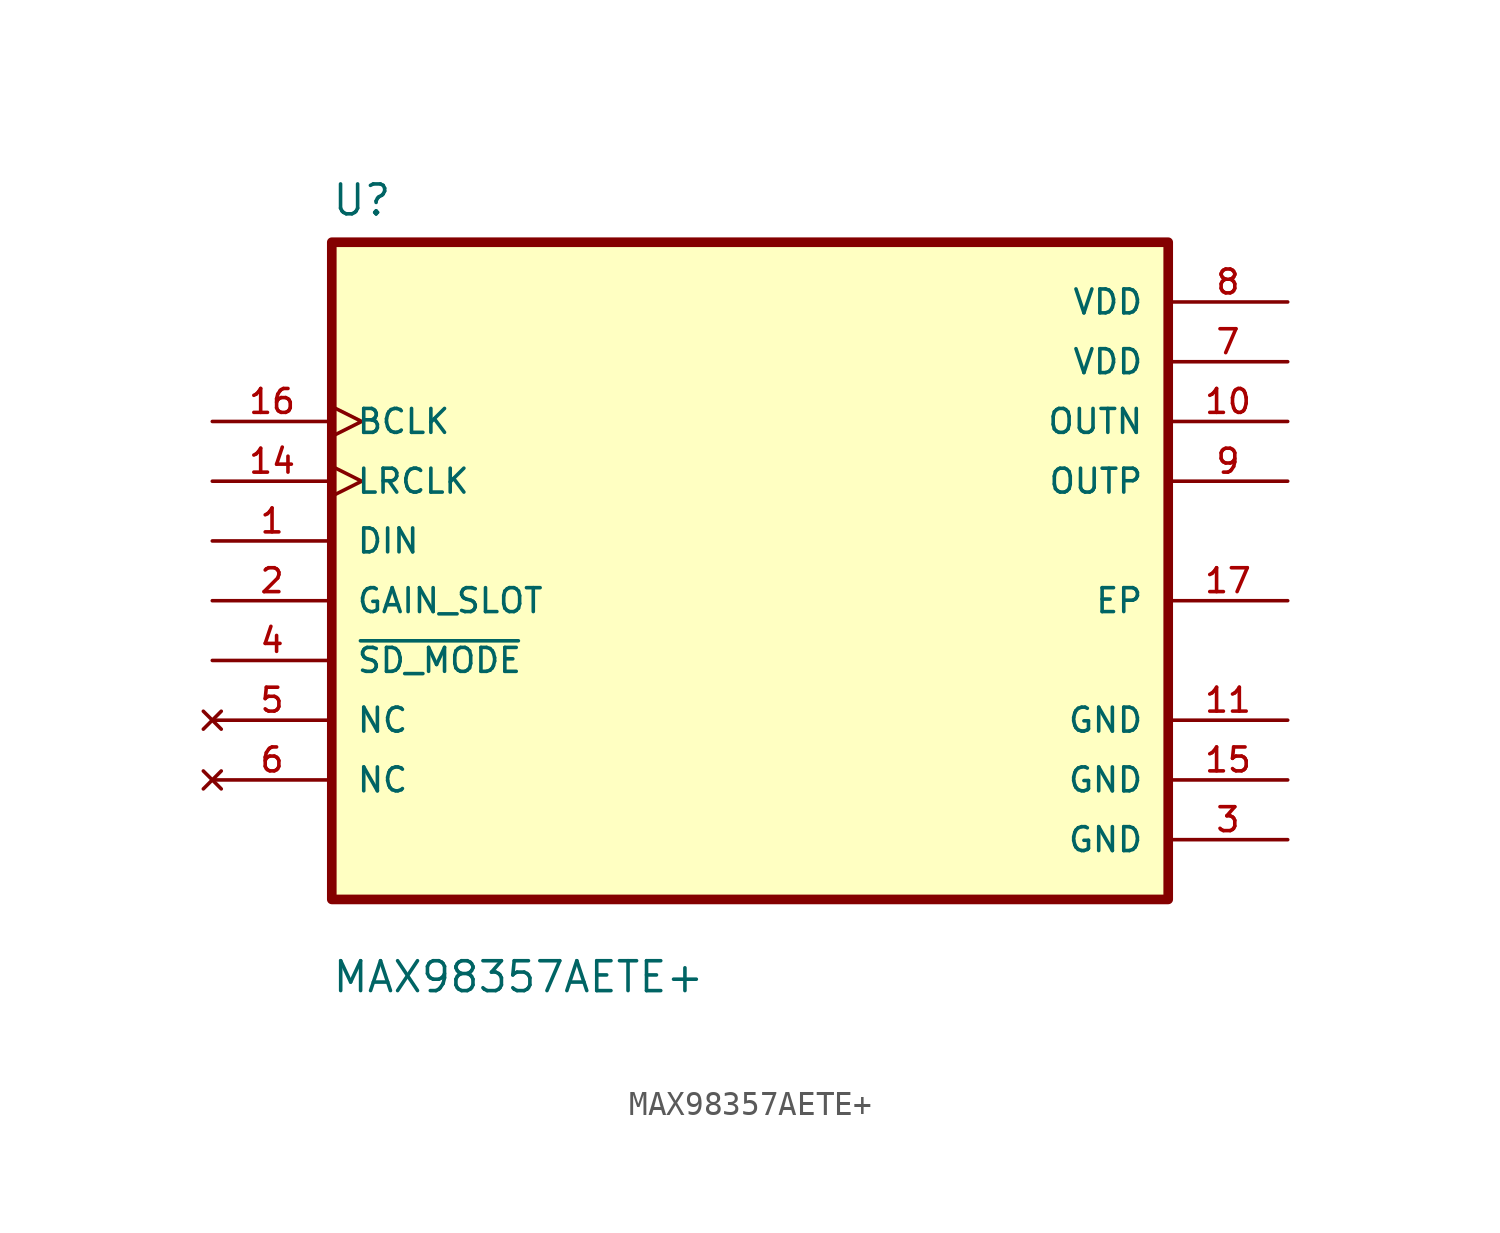
<source format=kicad_sym>
(kicad_symbol_lib
  (version 20220914)
  (generator kicad_symbol_editor)
  (symbol "MAX98357AETE+"
    (pin_names
      (offset 1.016))
    (property "Reference" "U"
      (at -17.81 13.745 0)
      (effects (font (size 1.27 1.27)) (justify left bottom)))
    (property "Value" "MAX98357AETE+"
      (at -17.804 -19.279 0)
      (effects (font (size 1.27 1.27)) (justify left bottom)))
    (symbol "MAX98357AETE+_0_0"
      (rectangle (start -17.78 12.7) (end 17.78 -15.24) (stroke (width 0.41) (type default)) (fill (type background)))
      (pin input line (at -22.86 0 0) (length 5.08) (name "DIN" (effects (font (size 1.016 1.016)))) (number "1" (effects (font (size 1.016 1.016)))))
      (pin output line (at 22.86 5.08 180) (length 5.08) (name "OUTN" (effects (font (size 1.016 1.016)))) (number "10" (effects (font (size 1.016 1.016)))))
      (pin power_in line (at 22.86 -7.62 180) (length 5.08) (name "GND" (effects (font (size 1.016 1.016)))) (number "11" (effects (font (size 1.016 1.016)))))
      (pin input clock (at -22.86 2.54 0) (length 5.08) (name "LRCLK" (effects (font (size 1.016 1.016)))) (number "14" (effects (font (size 1.016 1.016)))))
      (pin power_in line (at 22.86 -10.16 180) (length 5.08) (name "GND" (effects (font (size 1.016 1.016)))) (number "15" (effects (font (size 1.016 1.016)))))
      (pin input clock (at -22.86 5.08 0) (length 5.08) (name "BCLK" (effects (font (size 1.016 1.016)))) (number "16" (effects (font (size 1.016 1.016)))))
      (pin power_in line (at 22.86 -2.54 180) (length 5.08) (name "EP" (effects (font (size 1.016 1.016)))) (number "17" (effects (font (size 1.016 1.016)))))
      (pin input line (at -22.86 -2.54 0) (length 5.08) (name "GAIN_SLOT" (effects (font (size 1.016 1.016)))) (number "2" (effects (font (size 1.016 1.016)))))
      (pin power_in line (at 22.86 -12.7 180) (length 5.08) (name "GND" (effects (font (size 1.016 1.016)))) (number "3" (effects (font (size 1.016 1.016)))))
      (pin input line (at -22.86 -5.08 0) (length 5.08) (name "~{SD_MODE}" (effects (font (size 1.016 1.016)))) (number "4" (effects (font (size 1.016 1.016)))))
      (pin power_in line (at 22.86 7.62 180) (length 5.08) (name "VDD" (effects (font (size 1.016 1.016)))) (number "7" (effects (font (size 1.016 1.016)))))
      (pin power_in line (at 22.86 10.16 180) (length 5.08) (name "VDD" (effects (font (size 1.016 1.016)))) (number "8" (effects (font (size 1.016 1.016)))))
      (pin output line (at 22.86 2.54 180) (length 5.08) (name "OUTP" (effects (font (size 1.016 1.016)))) (number "9" (effects (font (size 1.016 1.016))))))
    (symbol "MAX98357AETE+_1_1"
      (pin no_connect line (at -22.86 -7.62 0) (length 5.08) (name "NC" (effects (font (size 1.016 1.016)))) (number "5" (effects (font (size 1.016 1.016)))))
      (pin no_connect line (at -22.86 -10.16 0) (length 5.08) (name "NC" (effects (font (size 1.016 1.016)))) (number "6" (effects (font (size 1.016 1.016))))))))
</source>
